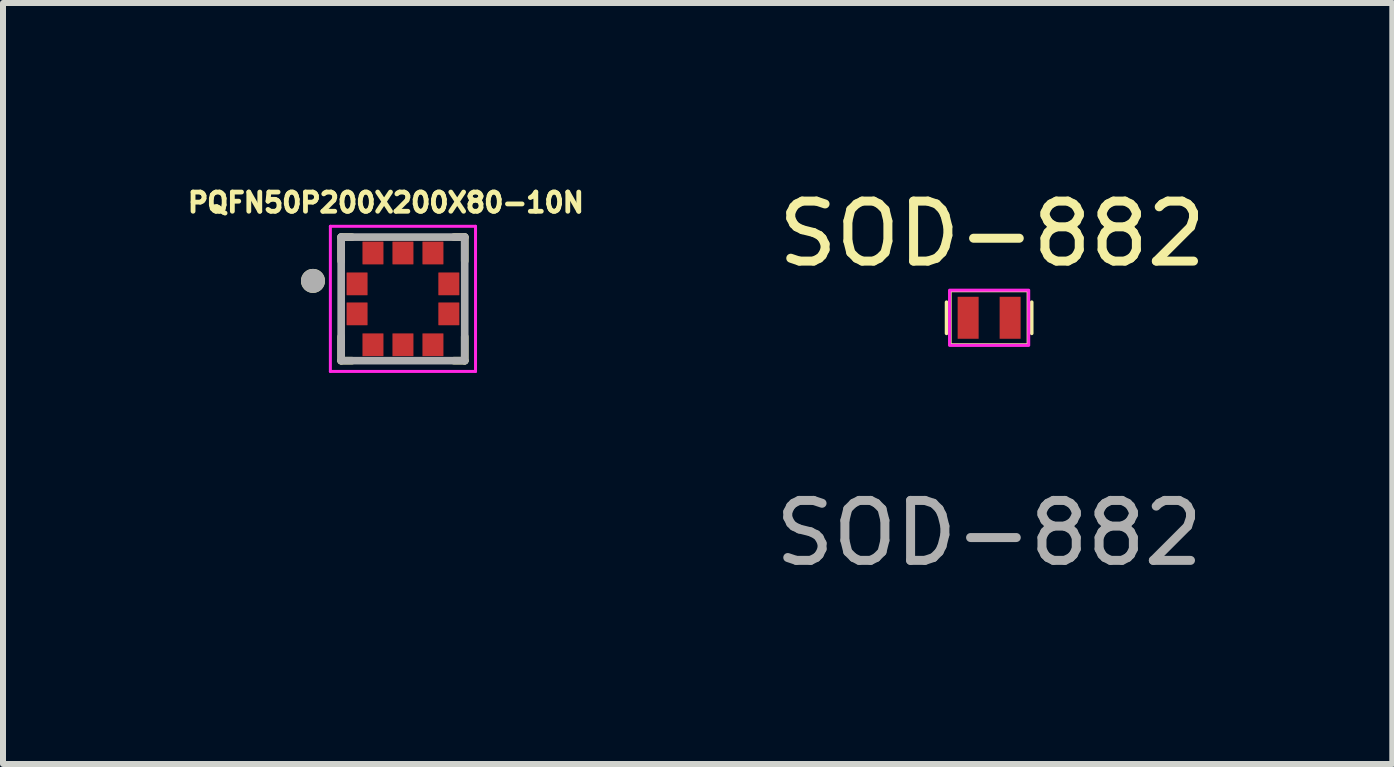
<source format=kicad_pcb>
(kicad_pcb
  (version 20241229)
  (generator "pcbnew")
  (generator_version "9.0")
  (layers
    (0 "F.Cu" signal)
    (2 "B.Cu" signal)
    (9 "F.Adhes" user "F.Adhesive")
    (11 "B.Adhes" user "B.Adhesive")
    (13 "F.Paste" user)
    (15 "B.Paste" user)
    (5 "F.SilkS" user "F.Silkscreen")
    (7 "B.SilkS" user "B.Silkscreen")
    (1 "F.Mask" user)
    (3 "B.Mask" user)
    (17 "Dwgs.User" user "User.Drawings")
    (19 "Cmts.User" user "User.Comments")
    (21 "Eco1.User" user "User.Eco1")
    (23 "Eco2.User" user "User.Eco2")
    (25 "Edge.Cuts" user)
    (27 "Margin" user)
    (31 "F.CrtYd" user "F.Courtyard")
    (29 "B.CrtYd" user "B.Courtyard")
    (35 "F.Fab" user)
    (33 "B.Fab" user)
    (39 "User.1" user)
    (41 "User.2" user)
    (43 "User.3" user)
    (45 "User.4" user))
  (footprint "PQFN50P200X200X80-10N"
    (layer "F.Cu")
    (at 3.668 1.933)
    (property "Reference" "PQFN50P200X200X80-10N" (at -0.284 -1.605 0) (layer "F.SilkS") (effects (font (size 0.32 0.32) (thickness 0.15))))
    (attr smd)
    (fp_line (start -1.03 -1.03) (end -0.85 -1.03) (stroke (width 0.127) (type solid)) (layer "F.SilkS"))
    (fp_line (start -1.03 -0.63) (end -1.03 -1.03) (stroke (width 0.127) (type solid)) (layer "F.SilkS"))
    (fp_line (start -1.03 1.03) (end -1.03 0.63) (stroke (width 0.127) (type solid)) (layer "F.SilkS"))
    (fp_line (start -0.85 1.03) (end -1.03 1.03) (stroke (width 0.127) (type solid)) (layer "F.SilkS"))
    (fp_line (start 0.85 -1.03) (end 1.03 -1.03) (stroke (width 0.127) (type solid)) (layer "F.SilkS"))
    (fp_line (start 0.85 1.03) (end 1.03 1.03) (stroke (width 0.127) (type solid)) (layer "F.SilkS"))
    (fp_line (start 1.03 -1.03) (end 1.03 -0.63) (stroke (width 0.127) (type solid)) (layer "F.SilkS"))
    (fp_line (start 1.03 1.03) (end 1.03 0.63) (stroke (width 0.127) (type solid)) (layer "F.SilkS"))
    (fp_circle (center -1.5 -0.3) (end -1.4 -0.3) (stroke (width 0.2) (type solid)) (fill no) (layer "F.SilkS"))
    (fp_line (start -1.21 -1.21) (end 1.21 -1.21) (stroke (width 0.05) (type solid)) (layer "F.CrtYd"))
    (fp_line (start -1.21 1.21) (end -1.21 -1.21) (stroke (width 0.05) (type solid)) (layer "F.CrtYd"))
    (fp_line (start 1.21 -1.21) (end 1.21 1.21) (stroke (width 0.05) (type solid)) (layer "F.CrtYd"))
    (fp_line (start 1.21 1.21) (end -1.21 1.21) (stroke (width 0.05) (type solid)) (layer "F.CrtYd"))
    (fp_line (start -1.03 -1.03) (end 1.03 -1.03) (stroke (width 0.127) (type solid)) (layer "F.Fab"))
    (fp_line (start -1.03 1.03) (end -1.03 -1.03) (stroke (width 0.127) (type solid)) (layer "F.Fab"))
    (fp_line (start 1.03 -1.03) (end 1.03 1.03) (stroke (width 0.127) (type solid)) (layer "F.Fab"))
    (fp_line (start 1.03 1.03) (end -1.03 1.03) (stroke (width 0.127) (type solid)) (layer "F.Fab"))
    (fp_circle (center -1.5 -0.3) (end -1.4 -0.3) (stroke (width 0.2) (type solid)) (fill no) (layer "F.Fab"))
    (pad "1" smd roundrect (at -0.765 -0.25 90) (size 0.38 0.35) (layers "F.Cu" "F.Mask" "F.Paste") (roundrect_rratio 0.02))
    (pad "2" smd roundrect (at -0.765 0.25 90) (size 0.38 0.35) (layers "F.Cu" "F.Mask" "F.Paste") (roundrect_rratio 0.02))
    (pad "3" smd roundrect (at -0.5 0.765 90) (size 0.38 0.35) (layers "F.Cu" "F.Mask" "F.Paste") (roundrect_rratio 0.02))
    (pad "4" smd roundrect (at 0 0.765 90) (size 0.38 0.35) (layers "F.Cu" "F.Mask" "F.Paste") (roundrect_rratio 0.02))
    (pad "5" smd roundrect (at 0.5 0.765 90) (size 0.38 0.35) (layers "F.Cu" "F.Mask" "F.Paste") (roundrect_rratio 0.02))
    (pad "6" smd roundrect (at 0.765 0.25 90) (size 0.38 0.35) (layers "F.Cu" "F.Mask" "F.Paste") (roundrect_rratio 0.02))
    (pad "7" smd roundrect (at 0.765 -0.25 90) (size 0.38 0.35) (layers "F.Cu" "F.Mask" "F.Paste") (roundrect_rratio 0.02))
    (pad "8" smd roundrect (at 0.5 -0.765 90) (size 0.38 0.35) (layers "F.Cu" "F.Mask" "F.Paste") (roundrect_rratio 0.02))
    (pad "9" smd roundrect (at 0 -0.765 90) (size 0.38 0.35) (layers "F.Cu" "F.Mask" "F.Paste") (roundrect_rratio 0.02))
    (pad "10" smd roundrect (at -0.5 -0.765 90) (size 0.38 0.35) (layers "F.Cu" "F.Mask" "F.Paste") (roundrect_rratio 0.02)))
  (footprint "SOD-882"
    (layer "F.Cu")
    (at 13.441 2.248)
    (property "Reference" "SOD-882" (at 0.05 -1.4 0) (unlocked yes) (layer "F.SilkS") (effects (font (size 1 1) (thickness 0.15))))
    (attr smd)
    (fp_line (start -0.71 -0.26) (end -0.71 0.26) (stroke (width 0.06) (type solid)) (layer "F.SilkS"))
    (fp_line (start 0.71 -0.26) (end 0.71 0.26) (stroke (width 0.06) (type solid)) (layer "F.SilkS"))
    (fp_rect (start -0.65 -0.45) (end 0.65 0.45) (stroke (width 0.05) (type solid)) (fill no) (layer "F.SilkS"))
    (fp_rect (start -0.66 -0.46) (end 0.66 0.46) (stroke (width 0.05) (type solid)) (fill no) (layer "F.CrtYd"))
    (fp_text user "${REFERENCE}" (at 0 3.59 0) (unlocked yes) (layer "F.Fab") (effects (font (size 1 1) (thickness 0.15))))
    (pad "1" smd rect (at -0.35 0) (size 0.35 0.7) (layers "F.Cu" "F.Mask" "F.Paste"))
    (pad "2" smd rect (at 0.35 0) (size 0.35 0.7) (layers "F.Cu" "F.Mask" "F.Paste")))
  (gr_rect
    (start -3 -3)
    (end 20.163 9.687)
    (stroke (width 0.1) (type default))
    (fill no)
    (layer "Edge.Cuts")))
</source>
